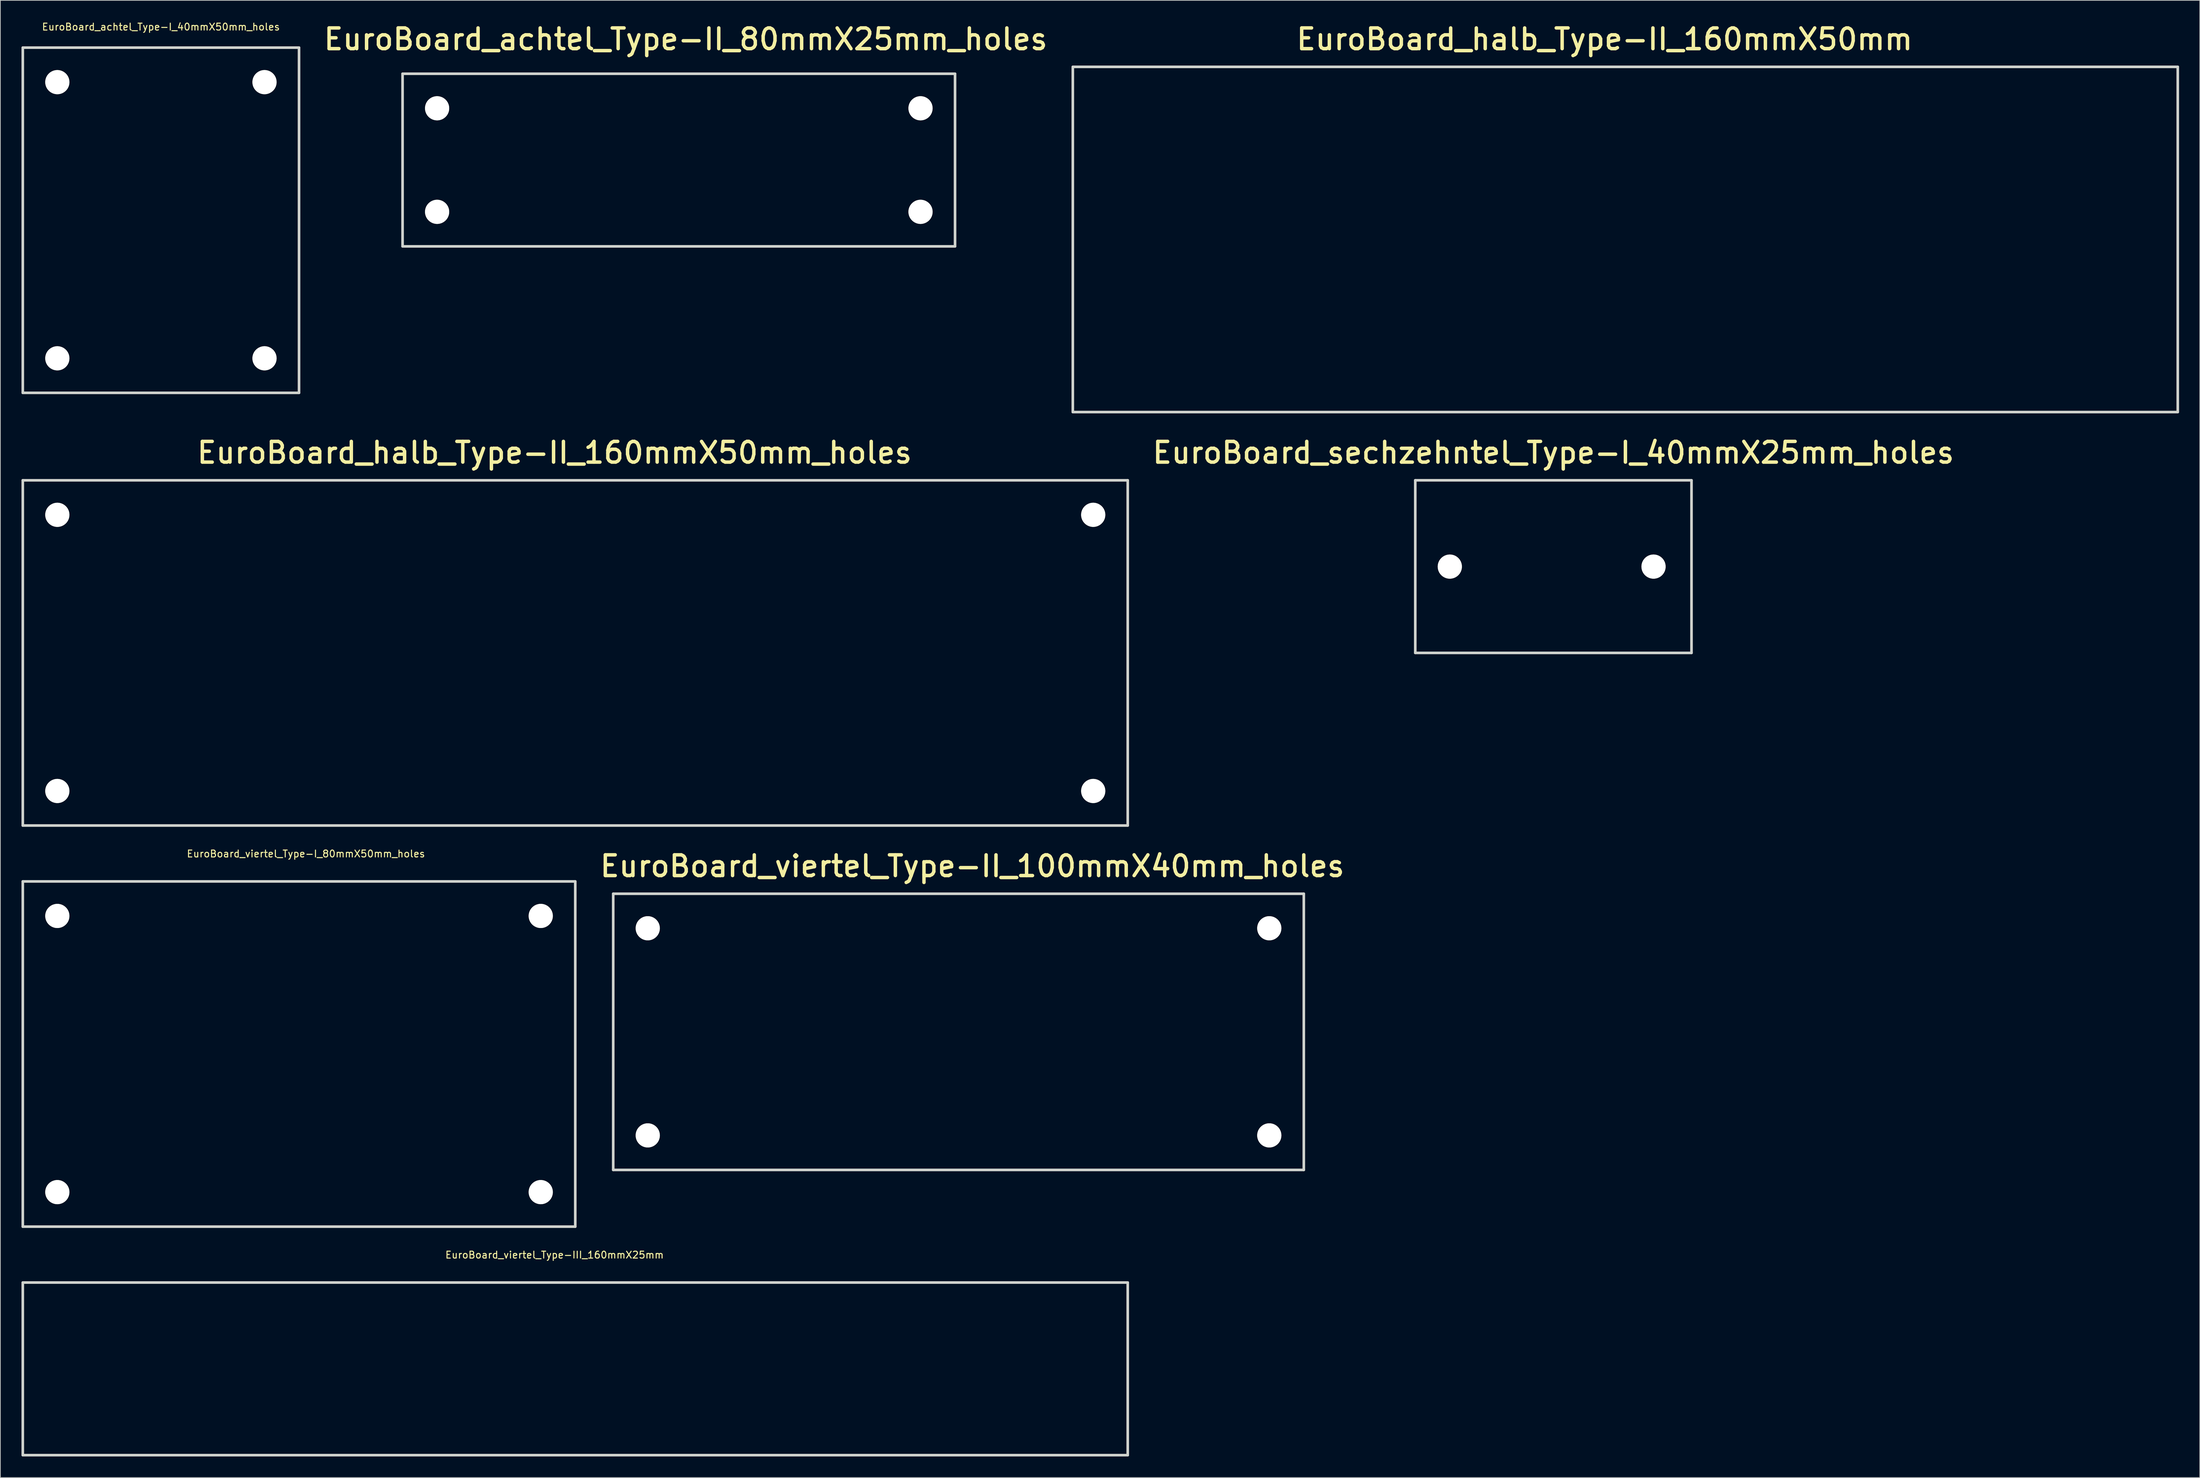
<source format=kicad_pcb>
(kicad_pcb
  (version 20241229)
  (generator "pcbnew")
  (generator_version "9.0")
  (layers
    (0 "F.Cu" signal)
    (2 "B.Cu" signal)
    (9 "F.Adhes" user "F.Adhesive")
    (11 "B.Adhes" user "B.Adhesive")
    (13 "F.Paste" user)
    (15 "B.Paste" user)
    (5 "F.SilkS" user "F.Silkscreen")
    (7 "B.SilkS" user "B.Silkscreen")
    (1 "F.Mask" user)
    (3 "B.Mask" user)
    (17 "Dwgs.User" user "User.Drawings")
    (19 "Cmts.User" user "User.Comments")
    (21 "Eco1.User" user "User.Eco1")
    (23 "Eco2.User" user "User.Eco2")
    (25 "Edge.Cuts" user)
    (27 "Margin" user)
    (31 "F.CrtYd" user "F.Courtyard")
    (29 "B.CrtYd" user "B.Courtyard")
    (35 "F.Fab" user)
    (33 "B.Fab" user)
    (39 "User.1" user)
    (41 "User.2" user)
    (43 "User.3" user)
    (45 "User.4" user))
  (footprint "EuroBoard_viertel_Type-III_160mmX25mm"
    (layer "F.Cu")
    (at 0.25 207.713)
    (property "Reference" "EuroBoard_viertel_Type-III_160mmX25mm" (at 77 -28.999 0) (layer "F.SilkS") (effects (font (size 1 1) (thickness 0.15))))
    (attr through_hole)
    (fp_line (start 0 -25.001) (end 0 0) (stroke (width 0.381) (type solid)) (layer "Edge.Cuts"))
    (fp_line (start 0 0) (end 160 0) (stroke (width 0.381) (type solid)) (layer "Edge.Cuts"))
    (fp_line (start 160 -25.001) (end 0 -25.001) (stroke (width 0.381) (type solid)) (layer "Edge.Cuts"))
    (fp_line (start 160 0) (end 160 -25.001) (stroke (width 0.381) (type solid)) (layer "Edge.Cuts")))
  (footprint "EuroBoard_achtel_Type-I_40mmX50mm_holes"
    (layer "F.Cu")
    (at 0.25 53.848)
    (property "Reference" "EuroBoard_achtel_Type-I_40mmX50mm_holes" (at 20 -53 0) (layer "F.SilkS") (effects (font (size 1 1) (thickness 0.15))))
    (attr through_hole)
    (fp_line (start 0 -50) (end 0 0) (stroke (width 0.381) (type solid)) (layer "Edge.Cuts"))
    (fp_line (start 0 0) (end 40 0) (stroke (width 0.381) (type solid)) (layer "Edge.Cuts"))
    (fp_line (start 40 -50) (end 0 -50) (stroke (width 0.381) (type solid)) (layer "Edge.Cuts"))
    (fp_line (start 40 0) (end 40 -50) (stroke (width 0.381) (type solid)) (layer "Edge.Cuts"))
    (pad "" np_thru_hole circle (at 5.001 -45.001) (size 3.5 3.5) (drill 3.5) (layers "*.Cu" "*.Mask" "F.SilkS"))
    (pad "" np_thru_hole circle (at 5.001 -5.001) (size 3.5 3.5) (drill 3.5) (layers "*.Cu" "*.Mask" "F.SilkS"))
    (pad "" np_thru_hole circle (at 35.001 -45.001) (size 3.5 3.5) (drill 3.5) (layers "*.Cu" "*.Mask" "F.SilkS"))
    (pad "" np_thru_hole circle (at 35.001 -5.001) (size 3.5 3.5) (drill 3.5) (layers "*.Cu" "*.Mask" "F.SilkS")))
  (footprint "EuroBoard_achtel_Type-II_80mmX25mm_holes"
    (layer "F.Cu")
    (at 55.243 32.633)
    (property "Reference" "EuroBoard_achtel_Type-II_80mmX25mm_holes" (at 41.001 -30 0) (layer "F.SilkS") (effects (font (size 3 3) (thickness 0.5))))
    (attr through_hole)
    (fp_line (start 0 -25.001) (end 0 0) (stroke (width 0.381) (type solid)) (layer "Edge.Cuts"))
    (fp_line (start 0 0) (end 80 0) (stroke (width 0.381) (type solid)) (layer "Edge.Cuts"))
    (fp_line (start 80 -25.001) (end 0 -25.001) (stroke (width 0.381) (type solid)) (layer "Edge.Cuts"))
    (fp_line (start 80 0) (end 80 -25.001) (stroke (width 0.381) (type solid)) (layer "Edge.Cuts"))
    (pad "" np_thru_hole circle (at 5.001 -20) (size 3.5 3.5) (drill 3.5) (layers "*.Cu" "*.Mask" "F.SilkS"))
    (pad "" np_thru_hole circle (at 5.001 -5.001) (size 3.5 3.5) (drill 3.5) (layers "*.Cu" "*.Mask" "F.SilkS"))
    (pad "" np_thru_hole circle (at 75.001 -20) (size 3.5 3.5) (drill 3.5) (layers "*.Cu" "*.Mask" "F.SilkS"))
    (pad "" np_thru_hole circle (at 75.001 -5.001) (size 3.5 3.5) (drill 3.5) (layers "*.Cu" "*.Mask" "F.SilkS")))
  (footprint "EuroBoard_sechzehntel_Type-I_40mmX25mm_holes"
    (layer "F.Cu")
    (at 201.886 91.516)
    (property "Reference" "EuroBoard_sechzehntel_Type-I_40mmX25mm_holes" (at 20 -28.999 0) (layer "F.SilkS") (effects (font (size 3 3) (thickness 0.5))))
    (attr through_hole)
    (fp_line (start 0 -25.001) (end 0 0) (stroke (width 0.381) (type solid)) (layer "Edge.Cuts"))
    (fp_line (start 0 0) (end 40 0) (stroke (width 0.381) (type solid)) (layer "Edge.Cuts"))
    (fp_line (start 40 -25.001) (end 0 -25.001) (stroke (width 0.381) (type solid)) (layer "Edge.Cuts"))
    (fp_line (start 40 0) (end 40 -25.001) (stroke (width 0.381) (type solid)) (layer "Edge.Cuts"))
    (pad "" np_thru_hole circle (at 5.001 -12.499) (size 3.5 3.5) (drill 3.5) (layers "*.Cu" "*.Mask" "F.SilkS"))
    (pad "" np_thru_hole circle (at 34.501 -12.499) (size 3.5 3.5) (drill 3.5) (layers "*.Cu" "*.Mask" "F.SilkS")))
  (footprint "EuroBoard_viertel_Type-II_100mmX40mm_holes"
    (layer "F.Cu")
    (at 85.745 166.4)
    (property "Reference" "EuroBoard_viertel_Type-II_100mmX40mm_holes" (at 51.999 -44 0) (layer "F.SilkS") (effects (font (size 3 3) (thickness 0.5))))
    (attr through_hole)
    (fp_line (start 0 -40) (end 0 0) (stroke (width 0.381) (type solid)) (layer "Edge.Cuts"))
    (fp_line (start 0 0) (end 100 0) (stroke (width 0.381) (type solid)) (layer "Edge.Cuts"))
    (fp_line (start 100 -40) (end 0 -40) (stroke (width 0.381) (type solid)) (layer "Edge.Cuts"))
    (fp_line (start 100 0) (end 100 -40) (stroke (width 0.381) (type solid)) (layer "Edge.Cuts"))
    (pad "" np_thru_hole circle (at 5.001 -35.001) (size 3.5 3.5) (drill 3.5) (layers "*.Cu" "*.Mask" "F.SilkS"))
    (pad "" np_thru_hole circle (at 5.001 -5.001) (size 3.5 3.5) (drill 3.5) (layers "*.Cu" "*.Mask" "F.SilkS"))
    (pad "" np_thru_hole circle (at 95.001 -35.001) (size 3.5 3.5) (drill 3.5) (layers "*.Cu" "*.Mask" "F.SilkS"))
    (pad "" np_thru_hole circle (at 95.001 -5.001) (size 3.5 3.5) (drill 3.5) (layers "*.Cu" "*.Mask" "F.SilkS")))
  (footprint "EuroBoard_halb_Type-II_160mmX50mm"
    (layer "F.Cu")
    (at 152.297 56.633)
    (property "Reference" "EuroBoard_halb_Type-II_160mmX50mm" (at 77 -54 0) (layer "F.SilkS") (effects (font (size 3 3) (thickness 0.5))))
    (attr through_hole)
    (fp_line (start 0 -50) (end 0 0) (stroke (width 0.381) (type solid)) (layer "Edge.Cuts"))
    (fp_line (start 0 0) (end 160 0) (stroke (width 0.381) (type solid)) (layer "Edge.Cuts"))
    (fp_line (start 160 -50) (end 0 -50) (stroke (width 0.381) (type solid)) (layer "Edge.Cuts"))
    (fp_line (start 160 0) (end 160 -50) (stroke (width 0.381) (type solid)) (layer "Edge.Cuts")))
  (footprint "EuroBoard_viertel_Type-I_80mmX50mm_holes"
    (layer "F.Cu")
    (at 0.25 174.615)
    (property "Reference" "EuroBoard_viertel_Type-I_80mmX50mm_holes" (at 41.001 -54 0) (layer "F.SilkS") (effects (font (size 1 1) (thickness 0.15))))
    (attr through_hole)
    (fp_line (start 0 -50) (end 80 -50) (stroke (width 0.381) (type solid)) (layer "Edge.Cuts"))
    (fp_line (start 0 0) (end 0 -50) (stroke (width 0.381) (type solid)) (layer "Edge.Cuts"))
    (fp_line (start 80 -50) (end 80 0) (stroke (width 0.381) (type solid)) (layer "Edge.Cuts"))
    (fp_line (start 80 0) (end 0 0) (stroke (width 0.381) (type solid)) (layer "Edge.Cuts"))
    (pad "" np_thru_hole circle (at 5.001 -45.001) (size 3.5 3.5) (drill 3.5) (layers "*.Cu" "*.Mask" "F.SilkS"))
    (pad "" np_thru_hole circle (at 5.001 -5.001) (size 3.5 3.5) (drill 3.5) (layers "*.Cu" "*.Mask" "F.SilkS"))
    (pad "" np_thru_hole circle (at 75.001 -45.001) (size 3.5 3.5) (drill 3.5) (layers "*.Cu" "*.Mask" "F.SilkS"))
    (pad "" np_thru_hole circle (at 75.001 -5.001) (size 3.5 3.5) (drill 3.5) (layers "*.Cu" "*.Mask" "F.SilkS")))
  (footprint "EuroBoard_halb_Type-II_160mmX50mm_holes"
    (layer "F.Cu")
    (at 0.25 116.517)
    (property "Reference" "EuroBoard_halb_Type-II_160mmX50mm_holes" (at 77 -54 0) (layer "F.SilkS") (effects (font (size 3 3) (thickness 0.5))))
    (attr through_hole)
    (fp_line (start 0 -50) (end 0 0) (stroke (width 0.381) (type solid)) (layer "Edge.Cuts"))
    (fp_line (start 0 0) (end 160 0) (stroke (width 0.381) (type solid)) (layer "Edge.Cuts"))
    (fp_line (start 160 -50) (end 0 -50) (stroke (width 0.381) (type solid)) (layer "Edge.Cuts"))
    (fp_line (start 160 0) (end 160 -50) (stroke (width 0.381) (type solid)) (layer "Edge.Cuts"))
    (pad "" np_thru_hole circle (at 5.001 -45.001) (size 3.5 3.5) (drill 3.5) (layers "*.Cu" "*.Mask" "F.SilkS"))
    (pad "" np_thru_hole circle (at 5.001 -5.001) (size 3.5 3.5) (drill 3.5) (layers "*.Cu" "*.Mask" "F.SilkS"))
    (pad "" np_thru_hole circle (at 155.001 -45.001) (size 3.5 3.5) (drill 3.5) (layers "*.Cu" "*.Mask" "F.SilkS"))
    (pad "" np_thru_hole circle (at 155.001 -5.001) (size 3.5 3.5) (drill 3.5) (layers "*.Cu" "*.Mask" "F.SilkS")))
  (gr_rect
    (start -3 -3)
    (end 315.487 210.963)
    (stroke (width 0.1) (type default))
    (fill no)
    (layer "Edge.Cuts")))
</source>
